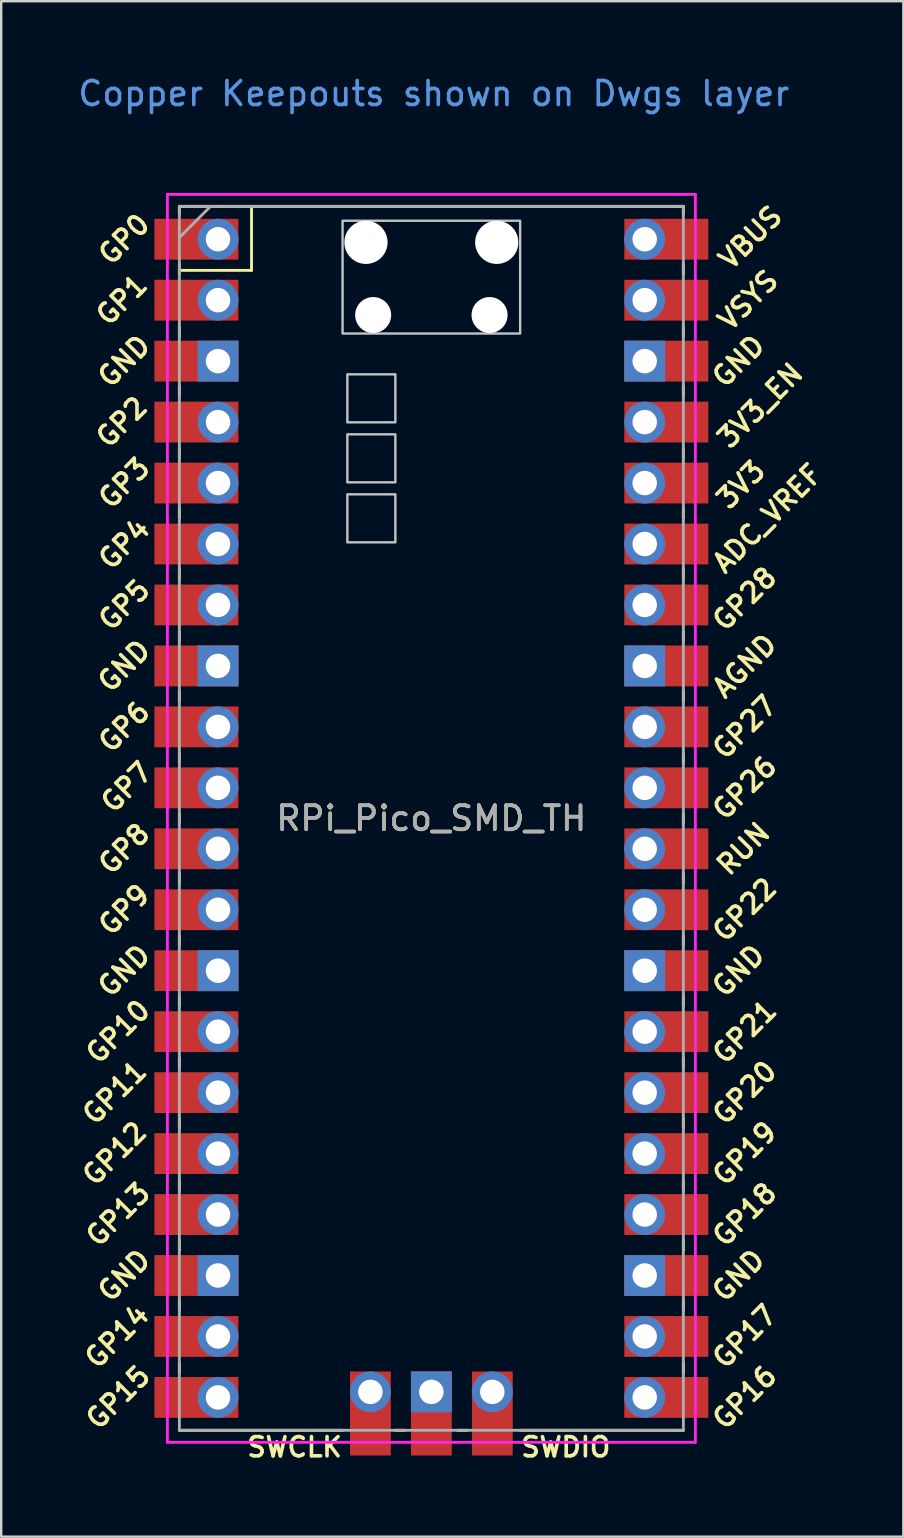
<source format=kicad_pcb>
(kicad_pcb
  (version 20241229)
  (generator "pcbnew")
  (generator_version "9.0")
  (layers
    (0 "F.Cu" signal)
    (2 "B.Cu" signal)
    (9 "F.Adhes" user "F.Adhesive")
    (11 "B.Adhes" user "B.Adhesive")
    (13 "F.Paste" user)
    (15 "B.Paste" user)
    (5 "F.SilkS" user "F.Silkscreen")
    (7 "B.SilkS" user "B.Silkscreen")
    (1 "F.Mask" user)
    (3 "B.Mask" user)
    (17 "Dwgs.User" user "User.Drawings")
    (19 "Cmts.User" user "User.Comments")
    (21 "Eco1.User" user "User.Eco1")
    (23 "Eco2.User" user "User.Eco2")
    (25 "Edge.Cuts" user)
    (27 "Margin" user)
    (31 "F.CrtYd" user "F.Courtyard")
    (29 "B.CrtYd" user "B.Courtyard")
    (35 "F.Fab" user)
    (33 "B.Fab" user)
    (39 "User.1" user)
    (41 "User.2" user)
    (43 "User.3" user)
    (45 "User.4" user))
  (footprint "RPi_Pico_SMD_TH"
    (layer "F.Cu")
    (at 14.924 31.048)
    (property "Reference" "RPi_Pico_SMD_TH" (at 0 0 0) (layer "F.SilkS") (effects (font (size 1 1) (thickness 0.15))))
    (attr through_hole)
    (fp_line (start -10.5 -25.5) (end -10.5 -25.2) (stroke (width 0.12) (type solid)) (layer "F.SilkS"))
    (fp_line (start -10.5 -25.5) (end 10.5 -25.5) (stroke (width 0.12) (type solid)) (layer "F.SilkS"))
    (fp_line (start -10.5 -23.1) (end -10.5 -22.7) (stroke (width 0.12) (type solid)) (layer "F.SilkS"))
    (fp_line (start -10.5 -22.833) (end -7.493 -22.833) (stroke (width 0.12) (type solid)) (layer "F.SilkS"))
    (fp_line (start -10.5 -20.5) (end -10.5 -20.1) (stroke (width 0.12) (type solid)) (layer "F.SilkS"))
    (fp_line (start -10.5 -18) (end -10.5 -17.6) (stroke (width 0.12) (type solid)) (layer "F.SilkS"))
    (fp_line (start -10.5 -15.4) (end -10.5 -15) (stroke (width 0.12) (type solid)) (layer "F.SilkS"))
    (fp_line (start -10.5 -12.9) (end -10.5 -12.5) (stroke (width 0.12) (type solid)) (layer "F.SilkS"))
    (fp_line (start -10.5 -10.4) (end -10.5 -10) (stroke (width 0.12) (type solid)) (layer "F.SilkS"))
    (fp_line (start -10.5 -7.8) (end -10.5 -7.4) (stroke (width 0.12) (type solid)) (layer "F.SilkS"))
    (fp_line (start -10.5 -5.3) (end -10.5 -4.9) (stroke (width 0.12) (type solid)) (layer "F.SilkS"))
    (fp_line (start -10.5 -2.7) (end -10.5 -2.3) (stroke (width 0.12) (type solid)) (layer "F.SilkS"))
    (fp_line (start -10.5 -0.2) (end -10.5 0.2) (stroke (width 0.12) (type solid)) (layer "F.SilkS"))
    (fp_line (start -10.5 2.3) (end -10.5 2.7) (stroke (width 0.12) (type solid)) (layer "F.SilkS"))
    (fp_line (start -10.5 4.9) (end -10.5 5.3) (stroke (width 0.12) (type solid)) (layer "F.SilkS"))
    (fp_line (start -10.5 7.4) (end -10.5 7.8) (stroke (width 0.12) (type solid)) (layer "F.SilkS"))
    (fp_line (start -10.5 10) (end -10.5 10.4) (stroke (width 0.12) (type solid)) (layer "F.SilkS"))
    (fp_line (start -10.5 12.5) (end -10.5 12.9) (stroke (width 0.12) (type solid)) (layer "F.SilkS"))
    (fp_line (start -10.5 15.1) (end -10.5 15.5) (stroke (width 0.12) (type solid)) (layer "F.SilkS"))
    (fp_line (start -10.5 17.6) (end -10.5 18) (stroke (width 0.12) (type solid)) (layer "F.SilkS"))
    (fp_line (start -10.5 20.1) (end -10.5 20.5) (stroke (width 0.12) (type solid)) (layer "F.SilkS"))
    (fp_line (start -10.5 22.7) (end -10.5 23.1) (stroke (width 0.12) (type solid)) (layer "F.SilkS"))
    (fp_line (start -7.493 -22.833) (end -7.493 -25.5) (stroke (width 0.12) (type solid)) (layer "F.SilkS"))
    (fp_line (start -3.7 25.5) (end -10.5 25.5) (stroke (width 0.12) (type solid)) (layer "F.SilkS"))
    (fp_line (start -1.5 25.5) (end -1.1 25.5) (stroke (width 0.12) (type solid)) (layer "F.SilkS"))
    (fp_line (start 1.1 25.5) (end 1.5 25.5) (stroke (width 0.12) (type solid)) (layer "F.SilkS"))
    (fp_line (start 10.5 -25.5) (end 10.5 -25.2) (stroke (width 0.12) (type solid)) (layer "F.SilkS"))
    (fp_line (start 10.5 -23.1) (end 10.5 -22.7) (stroke (width 0.12) (type solid)) (layer "F.SilkS"))
    (fp_line (start 10.5 -20.5) (end 10.5 -20.1) (stroke (width 0.12) (type solid)) (layer "F.SilkS"))
    (fp_line (start 10.5 -18) (end 10.5 -17.6) (stroke (width 0.12) (type solid)) (layer "F.SilkS"))
    (fp_line (start 10.5 -15.4) (end 10.5 -15) (stroke (width 0.12) (type solid)) (layer "F.SilkS"))
    (fp_line (start 10.5 -12.9) (end 10.5 -12.5) (stroke (width 0.12) (type solid)) (layer "F.SilkS"))
    (fp_line (start 10.5 -10.4) (end 10.5 -10) (stroke (width 0.12) (type solid)) (layer "F.SilkS"))
    (fp_line (start 10.5 -7.8) (end 10.5 -7.4) (stroke (width 0.12) (type solid)) (layer "F.SilkS"))
    (fp_line (start 10.5 -5.3) (end 10.5 -4.9) (stroke (width 0.12) (type solid)) (layer "F.SilkS"))
    (fp_line (start 10.5 -2.7) (end 10.5 -2.3) (stroke (width 0.12) (type solid)) (layer "F.SilkS"))
    (fp_line (start 10.5 -0.2) (end 10.5 0.2) (stroke (width 0.12) (type solid)) (layer "F.SilkS"))
    (fp_line (start 10.5 2.3) (end 10.5 2.7) (stroke (width 0.12) (type solid)) (layer "F.SilkS"))
    (fp_line (start 10.5 4.9) (end 10.5 5.3) (stroke (width 0.12) (type solid)) (layer "F.SilkS"))
    (fp_line (start 10.5 7.4) (end 10.5 7.8) (stroke (width 0.12) (type solid)) (layer "F.SilkS"))
    (fp_line (start 10.5 10) (end 10.5 10.4) (stroke (width 0.12) (type solid)) (layer "F.SilkS"))
    (fp_line (start 10.5 12.5) (end 10.5 12.9) (stroke (width 0.12) (type solid)) (layer "F.SilkS"))
    (fp_line (start 10.5 15.1) (end 10.5 15.5) (stroke (width 0.12) (type solid)) (layer "F.SilkS"))
    (fp_line (start 10.5 17.6) (end 10.5 18) (stroke (width 0.12) (type solid)) (layer "F.SilkS"))
    (fp_line (start 10.5 20.1) (end 10.5 20.5) (stroke (width 0.12) (type solid)) (layer "F.SilkS"))
    (fp_line (start 10.5 22.7) (end 10.5 23.1) (stroke (width 0.12) (type solid)) (layer "F.SilkS"))
    (fp_line (start 10.5 25.5) (end 3.7 25.5) (stroke (width 0.12) (type solid)) (layer "F.SilkS"))
    (fp_poly (pts (xy -1.5 -16.5) (xy -3.5 -16.5) (xy -3.5 -18.5) (xy -1.5 -18.5)) (stroke (width 0.1) (type solid)) (fill no) (layer "Dwgs.User"))
    (fp_poly (pts (xy -1.5 -14) (xy -3.5 -14) (xy -3.5 -16) (xy -1.5 -16)) (stroke (width 0.1) (type solid)) (fill no) (layer "Dwgs.User"))
    (fp_poly (pts (xy -1.5 -11.5) (xy -3.5 -11.5) (xy -3.5 -13.5) (xy -1.5 -13.5)) (stroke (width 0.1) (type solid)) (fill no) (layer "Dwgs.User"))
    (fp_poly (pts (xy 3.7 -20.2) (xy -3.7 -20.2) (xy -3.7 -24.9) (xy 3.7 -24.9)) (stroke (width 0.1) (type solid)) (fill no) (layer "Dwgs.User"))
    (fp_line (start -11 -26) (end 11 -26) (stroke (width 0.12) (type solid)) (layer "F.CrtYd"))
    (fp_line (start -11 26) (end -11 -26) (stroke (width 0.12) (type solid)) (layer "F.CrtYd"))
    (fp_line (start 11 -26) (end 11 26) (stroke (width 0.12) (type solid)) (layer "F.CrtYd"))
    (fp_line (start 11 26) (end -11 26) (stroke (width 0.12) (type solid)) (layer "F.CrtYd"))
    (fp_line (start -10.5 -25.5) (end 10.5 -25.5) (stroke (width 0.12) (type solid)) (layer "F.Fab"))
    (fp_line (start -10.5 -24.2) (end -9.2 -25.5) (stroke (width 0.12) (type solid)) (layer "F.Fab"))
    (fp_line (start -10.5 25.5) (end -10.5 -25.5) (stroke (width 0.12) (type solid)) (layer "F.Fab"))
    (fp_line (start 10.5 -25.5) (end 10.5 25.5) (stroke (width 0.12) (type solid)) (layer "F.Fab"))
    (fp_line (start 10.5 25.5) (end -10.5 25.5) (stroke (width 0.12) (type solid)) (layer "F.Fab"))
    (fp_text user "GP20" (at 13.054 11.43 45) (layer "F.SilkS") (effects (font (size 0.8 0.8) (thickness 0.15))))
    (fp_text user "GP13" (at -13.054 16.51 45) (layer "F.SilkS") (effects (font (size 0.8 0.8) (thickness 0.15))))
    (fp_text user "3V3_EN" (at 13.7 -17.2 45) (layer "F.SilkS") (effects (font (size 0.8 0.8) (thickness 0.15))))
    (fp_text user "GP6" (at -12.8 -3.81 45) (layer "F.SilkS") (effects (font (size 0.8 0.8) (thickness 0.15))))
    (fp_text user "GP7" (at -12.7 -1.3 45) (layer "F.SilkS") (effects (font (size 0.8 0.8) (thickness 0.15))))
    (fp_text user "GND" (at 12.8 -19.05 45) (layer "F.SilkS") (effects (font (size 0.8 0.8) (thickness 0.15))))
    (fp_text user "GP19" (at 13.054 13.97 45) (layer "F.SilkS") (effects (font (size 0.8 0.8) (thickness 0.15))))
    (fp_text user "GP10" (at -13.054 8.89 45) (layer "F.SilkS") (effects (font (size 0.8 0.8) (thickness 0.15))))
    (fp_text user "VSYS" (at 13.2 -21.59 45) (layer "F.SilkS") (effects (font (size 0.8 0.8) (thickness 0.15))))
    (fp_text user "GND" (at -12.8 19.05 45) (layer "F.SilkS") (effects (font (size 0.8 0.8) (thickness 0.15))))
    (fp_text user "GP12" (at -13.2 13.97 45) (layer "F.SilkS") (effects (font (size 0.8 0.8) (thickness 0.15))))
    (fp_text user "SWCLK" (at -5.7 26.2 0) (layer "F.SilkS") (effects (font (size 0.8 0.8) (thickness 0.15))))
    (fp_text user "GP3" (at -12.8 -13.97 45) (layer "F.SilkS") (effects (font (size 0.8 0.8) (thickness 0.15))))
    (fp_text user "GP8" (at -12.8 1.27 45) (layer "F.SilkS") (effects (font (size 0.8 0.8) (thickness 0.15))))
    (fp_text user "GP22" (at 13.054 3.81 45) (layer "F.SilkS") (effects (font (size 0.8 0.8) (thickness 0.15))))
    (fp_text user "AGND" (at 13.054 -6.35 45) (layer "F.SilkS") (effects (font (size 0.8 0.8) (thickness 0.15))))
    (fp_text user "GP28" (at 13.054 -9.144 45) (layer "F.SilkS") (effects (font (size 0.8 0.8) (thickness 0.15))))
    (fp_text user "GP26" (at 13.054 -1.27 45) (layer "F.SilkS") (effects (font (size 0.8 0.8) (thickness 0.15))))
    (fp_text user "GP27" (at 13.054 -3.8 45) (layer "F.SilkS") (effects (font (size 0.8 0.8) (thickness 0.15))))
    (fp_text user "GND" (at -12.8 -6.35 45) (layer "F.SilkS") (effects (font (size 0.8 0.8) (thickness 0.15))))
    (fp_text user "GP4" (at -12.8 -11.43 45) (layer "F.SilkS") (effects (font (size 0.8 0.8) (thickness 0.15))))
    (fp_text user "GP15" (at -13.054 24.13 45) (layer "F.SilkS") (effects (font (size 0.8 0.8) (thickness 0.15))))
    (fp_text user "GP14" (at -13.1 21.59 45) (layer "F.SilkS") (effects (font (size 0.8 0.8) (thickness 0.15))))
    (fp_text user "GND" (at 12.8 6.35 45) (layer "F.SilkS") (effects (font (size 0.8 0.8) (thickness 0.15))))
    (fp_text user "RUN" (at 13 1.27 45) (layer "F.SilkS") (effects (font (size 0.8 0.8) (thickness 0.15))))
    (fp_text user "GP5" (at -12.8 -8.89 45) (layer "F.SilkS") (effects (font (size 0.8 0.8) (thickness 0.15))))
    (fp_text user "GP11" (at -13.2 11.43 45) (layer "F.SilkS") (effects (font (size 0.8 0.8) (thickness 0.15))))
    (fp_text user "GND" (at -12.8 -19.05 45) (layer "F.SilkS") (effects (font (size 0.8 0.8) (thickness 0.15))))
    (fp_text user "ADC_VREF" (at 14 -12.5 45) (layer "F.SilkS") (effects (font (size 0.8 0.8) (thickness 0.15))))
    (fp_text user "GND" (at 12.8 19.05 45) (layer "F.SilkS") (effects (font (size 0.8 0.8) (thickness 0.15))))
    (fp_text user "SWDIO" (at 5.6 26.2 0) (layer "F.SilkS") (effects (font (size 0.8 0.8) (thickness 0.15))))
    (fp_text user "GP17" (at 13.054 21.59 45) (layer "F.SilkS") (effects (font (size 0.8 0.8) (thickness 0.15))))
    (fp_text user "GP16" (at 13.054 24.13 45) (layer "F.SilkS") (effects (font (size 0.8 0.8) (thickness 0.15))))
    (fp_text user "GND" (at -12.8 6.35 45) (layer "F.SilkS") (effects (font (size 0.8 0.8) (thickness 0.15))))
    (fp_text user "GP0" (at -12.8 -24.13 45) (layer "F.SilkS") (effects (font (size 0.8 0.8) (thickness 0.15))))
    (fp_text user "GP18" (at 13.054 16.51 45) (layer "F.SilkS") (effects (font (size 0.8 0.8) (thickness 0.15))))
    (fp_text user "VBUS" (at 13.3 -24.2 45) (layer "F.SilkS") (effects (font (size 0.8 0.8) (thickness 0.15))))
    (fp_text user "GP1" (at -12.9 -21.6 45) (layer "F.SilkS") (effects (font (size 0.8 0.8) (thickness 0.15))))
    (fp_text user "GP9" (at -12.8 3.81 45) (layer "F.SilkS") (effects (font (size 0.8 0.8) (thickness 0.15))))
    (fp_text user "3V3" (at 12.9 -13.9 45) (layer "F.SilkS") (effects (font (size 0.8 0.8) (thickness 0.15))))
    (fp_text user "GP2" (at -12.9 -16.51 45) (layer "F.SilkS") (effects (font (size 0.8 0.8) (thickness 0.15))))
    (fp_text user "GP21" (at 13.054 8.9 45) (layer "F.SilkS") (effects (font (size 0.8 0.8) (thickness 0.15))))
    (fp_text user "Copper Keepouts shown on Dwgs layer" (at 0.1 -30.2 0) (layer "Cmts.User") (effects (font (size 1 1) (thickness 0.15))))
    (fp_text user "${REFERENCE}" (at 0 0 180) (layer "F.Fab") (effects (font (size 1 1) (thickness 0.15))))
    (pad "" np_thru_hole oval (at -2.725 -24) (size 1.8 1.8) (drill 1.8) (layers "*.Cu" "*.Mask"))
    (pad "" np_thru_hole oval (at -2.425 -20.97) (size 1.5 1.5) (drill 1.5) (layers "*.Cu" "*.Mask"))
    (pad "" np_thru_hole oval (at 2.425 -20.97) (size 1.5 1.5) (drill 1.5) (layers "*.Cu" "*.Mask"))
    (pad "" np_thru_hole oval (at 2.725 -24) (size 1.8 1.8) (drill 1.8) (layers "*.Cu" "*.Mask"))
    (pad "1" thru_hole oval (at -8.89 -24.13) (size 1.7 1.7) (drill 1.02) (layers "*.Cu" "*.Mask"))
    (pad "1" smd rect (at -8.89 -24.13) (size 3.5 1.7) (drill (offset -0.9 0)) (layers "F.Cu" "F.Mask"))
    (pad "2" thru_hole oval (at -8.89 -21.59) (size 1.7 1.7) (drill 1.02) (layers "*.Cu" "*.Mask"))
    (pad "2" smd rect (at -8.89 -21.59) (size 3.5 1.7) (drill (offset -0.9 0)) (layers "F.Cu" "F.Mask"))
    (pad "3" thru_hole rect (at -8.89 -19.05) (size 1.7 1.7) (drill 1.02) (layers "*.Cu" "*.Mask"))
    (pad "3" smd rect (at -8.89 -19.05) (size 3.5 1.7) (drill (offset -0.9 0)) (layers "F.Cu" "F.Mask"))
    (pad "4" thru_hole oval (at -8.89 -16.51) (size 1.7 1.7) (drill 1.02) (layers "*.Cu" "*.Mask"))
    (pad "4" smd rect (at -8.89 -16.51) (size 3.5 1.7) (drill (offset -0.9 0)) (layers "F.Cu" "F.Mask"))
    (pad "5" thru_hole oval (at -8.89 -13.97) (size 1.7 1.7) (drill 1.02) (layers "*.Cu" "*.Mask"))
    (pad "5" smd rect (at -8.89 -13.97) (size 3.5 1.7) (drill (offset -0.9 0)) (layers "F.Cu" "F.Mask"))
    (pad "6" thru_hole oval (at -8.89 -11.43) (size 1.7 1.7) (drill 1.02) (layers "*.Cu" "*.Mask"))
    (pad "6" smd rect (at -8.89 -11.43) (size 3.5 1.7) (drill (offset -0.9 0)) (layers "F.Cu" "F.Mask"))
    (pad "7" thru_hole oval (at -8.89 -8.89) (size 1.7 1.7) (drill 1.02) (layers "*.Cu" "*.Mask"))
    (pad "7" smd rect (at -8.89 -8.89) (size 3.5 1.7) (drill (offset -0.9 0)) (layers "F.Cu" "F.Mask"))
    (pad "8" thru_hole rect (at -8.89 -6.35) (size 1.7 1.7) (drill 1.02) (layers "*.Cu" "*.Mask"))
    (pad "8" smd rect (at -8.89 -6.35) (size 3.5 1.7) (drill (offset -0.9 0)) (layers "F.Cu" "F.Mask"))
    (pad "9" thru_hole oval (at -8.89 -3.81) (size 1.7 1.7) (drill 1.02) (layers "*.Cu" "*.Mask"))
    (pad "9" smd rect (at -8.89 -3.81) (size 3.5 1.7) (drill (offset -0.9 0)) (layers "F.Cu" "F.Mask"))
    (pad "10" thru_hole oval (at -8.89 -1.27) (size 1.7 1.7) (drill 1.02) (layers "*.Cu" "*.Mask"))
    (pad "10" smd rect (at -8.89 -1.27) (size 3.5 1.7) (drill (offset -0.9 0)) (layers "F.Cu" "F.Mask"))
    (pad "11" thru_hole oval (at -8.89 1.27) (size 1.7 1.7) (drill 1.02) (layers "*.Cu" "*.Mask"))
    (pad "11" smd rect (at -8.89 1.27) (size 3.5 1.7) (drill (offset -0.9 0)) (layers "F.Cu" "F.Mask"))
    (pad "12" thru_hole oval (at -8.89 3.81) (size 1.7 1.7) (drill 1.02) (layers "*.Cu" "*.Mask"))
    (pad "12" smd rect (at -8.89 3.81) (size 3.5 1.7) (drill (offset -0.9 0)) (layers "F.Cu" "F.Mask"))
    (pad "13" thru_hole rect (at -8.89 6.35) (size 1.7 1.7) (drill 1.02) (layers "*.Cu" "*.Mask"))
    (pad "13" smd rect (at -8.89 6.35) (size 3.5 1.7) (drill (offset -0.9 0)) (layers "F.Cu" "F.Mask"))
    (pad "14" thru_hole oval (at -8.89 8.89) (size 1.7 1.7) (drill 1.02) (layers "*.Cu" "*.Mask"))
    (pad "14" smd rect (at -8.89 8.89) (size 3.5 1.7) (drill (offset -0.9 0)) (layers "F.Cu" "F.Mask"))
    (pad "15" thru_hole oval (at -8.89 11.43) (size 1.7 1.7) (drill 1.02) (layers "*.Cu" "*.Mask"))
    (pad "15" smd rect (at -8.89 11.43) (size 3.5 1.7) (drill (offset -0.9 0)) (layers "F.Cu" "F.Mask"))
    (pad "16" thru_hole oval (at -8.89 13.97) (size 1.7 1.7) (drill 1.02) (layers "*.Cu" "*.Mask"))
    (pad "16" smd rect (at -8.89 13.97) (size 3.5 1.7) (drill (offset -0.9 0)) (layers "F.Cu" "F.Mask"))
    (pad "17" thru_hole oval (at -8.89 16.51) (size 1.7 1.7) (drill 1.02) (layers "*.Cu" "*.Mask"))
    (pad "17" smd rect (at -8.89 16.51) (size 3.5 1.7) (drill (offset -0.9 0)) (layers "F.Cu" "F.Mask"))
    (pad "18" thru_hole rect (at -8.89 19.05) (size 1.7 1.7) (drill 1.02) (layers "*.Cu" "*.Mask"))
    (pad "18" smd rect (at -8.89 19.05) (size 3.5 1.7) (drill (offset -0.9 0)) (layers "F.Cu" "F.Mask"))
    (pad "19" thru_hole oval (at -8.89 21.59) (size 1.7 1.7) (drill 1.02) (layers "*.Cu" "*.Mask"))
    (pad "19" smd rect (at -8.89 21.59) (size 3.5 1.7) (drill (offset -0.9 0)) (layers "F.Cu" "F.Mask"))
    (pad "20" thru_hole oval (at -8.89 24.13) (size 1.7 1.7) (drill 1.02) (layers "*.Cu" "*.Mask"))
    (pad "20" smd rect (at -8.89 24.13) (size 3.5 1.7) (drill (offset -0.9 0)) (layers "F.Cu" "F.Mask"))
    (pad "21" thru_hole oval (at 8.89 24.13) (size 1.7 1.7) (drill 1.02) (layers "*.Cu" "*.Mask"))
    (pad "21" smd rect (at 8.89 24.13) (size 3.5 1.7) (drill (offset 0.9 0)) (layers "F.Cu" "F.Mask"))
    (pad "22" thru_hole oval (at 8.89 21.59) (size 1.7 1.7) (drill 1.02) (layers "*.Cu" "*.Mask"))
    (pad "22" smd rect (at 8.89 21.59) (size 3.5 1.7) (drill (offset 0.9 0)) (layers "F.Cu" "F.Mask"))
    (pad "23" thru_hole rect (at 8.89 19.05) (size 1.7 1.7) (drill 1.02) (layers "*.Cu" "*.Mask"))
    (pad "23" smd rect (at 8.89 19.05) (size 3.5 1.7) (drill (offset 0.9 0)) (layers "F.Cu" "F.Mask"))
    (pad "24" thru_hole oval (at 8.89 16.51) (size 1.7 1.7) (drill 1.02) (layers "*.Cu" "*.Mask"))
    (pad "24" smd rect (at 8.89 16.51) (size 3.5 1.7) (drill (offset 0.9 0)) (layers "F.Cu" "F.Mask"))
    (pad "25" thru_hole oval (at 8.89 13.97) (size 1.7 1.7) (drill 1.02) (layers "*.Cu" "*.Mask"))
    (pad "25" smd rect (at 8.89 13.97) (size 3.5 1.7) (drill (offset 0.9 0)) (layers "F.Cu" "F.Mask"))
    (pad "26" thru_hole oval (at 8.89 11.43) (size 1.7 1.7) (drill 1.02) (layers "*.Cu" "*.Mask"))
    (pad "26" smd rect (at 8.89 11.43) (size 3.5 1.7) (drill (offset 0.9 0)) (layers "F.Cu" "F.Mask"))
    (pad "27" thru_hole oval (at 8.89 8.89) (size 1.7 1.7) (drill 1.02) (layers "*.Cu" "*.Mask"))
    (pad "27" smd rect (at 8.89 8.89) (size 3.5 1.7) (drill (offset 0.9 0)) (layers "F.Cu" "F.Mask"))
    (pad "28" thru_hole rect (at 8.89 6.35) (size 1.7 1.7) (drill 1.02) (layers "*.Cu" "*.Mask"))
    (pad "28" smd rect (at 8.89 6.35) (size 3.5 1.7) (drill (offset 0.9 0)) (layers "F.Cu" "F.Mask"))
    (pad "29" thru_hole oval (at 8.89 3.81) (size 1.7 1.7) (drill 1.02) (layers "*.Cu" "*.Mask"))
    (pad "29" smd rect (at 8.89 3.81) (size 3.5 1.7) (drill (offset 0.9 0)) (layers "F.Cu" "F.Mask"))
    (pad "30" thru_hole oval (at 8.89 1.27) (size 1.7 1.7) (drill 1.02) (layers "*.Cu" "*.Mask"))
    (pad "30" smd rect (at 8.89 1.27) (size 3.5 1.7) (drill (offset 0.9 0)) (layers "F.Cu" "F.Mask"))
    (pad "31" thru_hole oval (at 8.89 -1.27) (size 1.7 1.7) (drill 1.02) (layers "*.Cu" "*.Mask"))
    (pad "31" smd rect (at 8.89 -1.27) (size 3.5 1.7) (drill (offset 0.9 0)) (layers "F.Cu" "F.Mask"))
    (pad "32" thru_hole oval (at 8.89 -3.81) (size 1.7 1.7) (drill 1.02) (layers "*.Cu" "*.Mask"))
    (pad "32" smd rect (at 8.89 -3.81) (size 3.5 1.7) (drill (offset 0.9 0)) (layers "F.Cu" "F.Mask"))
    (pad "33" thru_hole rect (at 8.89 -6.35) (size 1.7 1.7) (drill 1.02) (layers "*.Cu" "*.Mask"))
    (pad "33" smd rect (at 8.89 -6.35) (size 3.5 1.7) (drill (offset 0.9 0)) (layers "F.Cu" "F.Mask"))
    (pad "34" thru_hole oval (at 8.89 -8.89) (size 1.7 1.7) (drill 1.02) (layers "*.Cu" "*.Mask"))
    (pad "34" smd rect (at 8.89 -8.89) (size 3.5 1.7) (drill (offset 0.9 0)) (layers "F.Cu" "F.Mask"))
    (pad "35" thru_hole oval (at 8.89 -11.43) (size 1.7 1.7) (drill 1.02) (layers "*.Cu" "*.Mask"))
    (pad "35" smd rect (at 8.89 -11.43) (size 3.5 1.7) (drill (offset 0.9 0)) (layers "F.Cu" "F.Mask"))
    (pad "36" thru_hole oval (at 8.89 -13.97) (size 1.7 1.7) (drill 1.02) (layers "*.Cu" "*.Mask"))
    (pad "36" smd rect (at 8.89 -13.97) (size 3.5 1.7) (drill (offset 0.9 0)) (layers "F.Cu" "F.Mask"))
    (pad "37" thru_hole oval (at 8.89 -16.51) (size 1.7 1.7) (drill 1.02) (layers "*.Cu" "*.Mask"))
    (pad "37" smd rect (at 8.89 -16.51) (size 3.5 1.7) (drill (offset 0.9 0)) (layers "F.Cu" "F.Mask"))
    (pad "38" thru_hole rect (at 8.89 -19.05) (size 1.7 1.7) (drill 1.02) (layers "*.Cu" "*.Mask"))
    (pad "38" smd rect (at 8.89 -19.05) (size 3.5 1.7) (drill (offset 0.9 0)) (layers "F.Cu" "F.Mask"))
    (pad "39" thru_hole oval (at 8.89 -21.59) (size 1.7 1.7) (drill 1.02) (layers "*.Cu" "*.Mask"))
    (pad "39" smd rect (at 8.89 -21.59) (size 3.5 1.7) (drill (offset 0.9 0)) (layers "F.Cu" "F.Mask"))
    (pad "40" thru_hole oval (at 8.89 -24.13) (size 1.7 1.7) (drill 1.02) (layers "*.Cu" "*.Mask"))
    (pad "40" smd rect (at 8.89 -24.13) (size 3.5 1.7) (drill (offset 0.9 0)) (layers "F.Cu" "F.Mask"))
    (pad "41" thru_hole oval (at -2.54 23.9) (size 1.7 1.7) (drill 1.02) (layers "*.Cu" "*.Mask"))
    (pad "41" smd rect (at -2.54 23.9 90) (size 3.5 1.7) (drill (offset -0.9 0)) (layers "F.Cu" "F.Mask"))
    (pad "42" thru_hole rect (at 0 23.9) (size 1.7 1.7) (drill 1.02) (layers "*.Cu" "*.Mask"))
    (pad "42" smd rect (at 0 23.9 90) (size 3.5 1.7) (drill (offset -0.9 0)) (layers "F.Cu" "F.Mask"))
    (pad "43" thru_hole oval (at 2.54 23.9) (size 1.7 1.7) (drill 1.02) (layers "*.Cu" "*.Mask"))
    (pad "43" smd rect (at 2.54 23.9 90) (size 3.5 1.7) (drill (offset -0.9 0)) (layers "F.Cu" "F.Mask")))
  (gr_rect
    (start -3 -3)
    (end 34.591 60.98)
    (stroke (width 0.1) (type default))
    (fill no)
    (layer "Edge.Cuts")))
</source>
